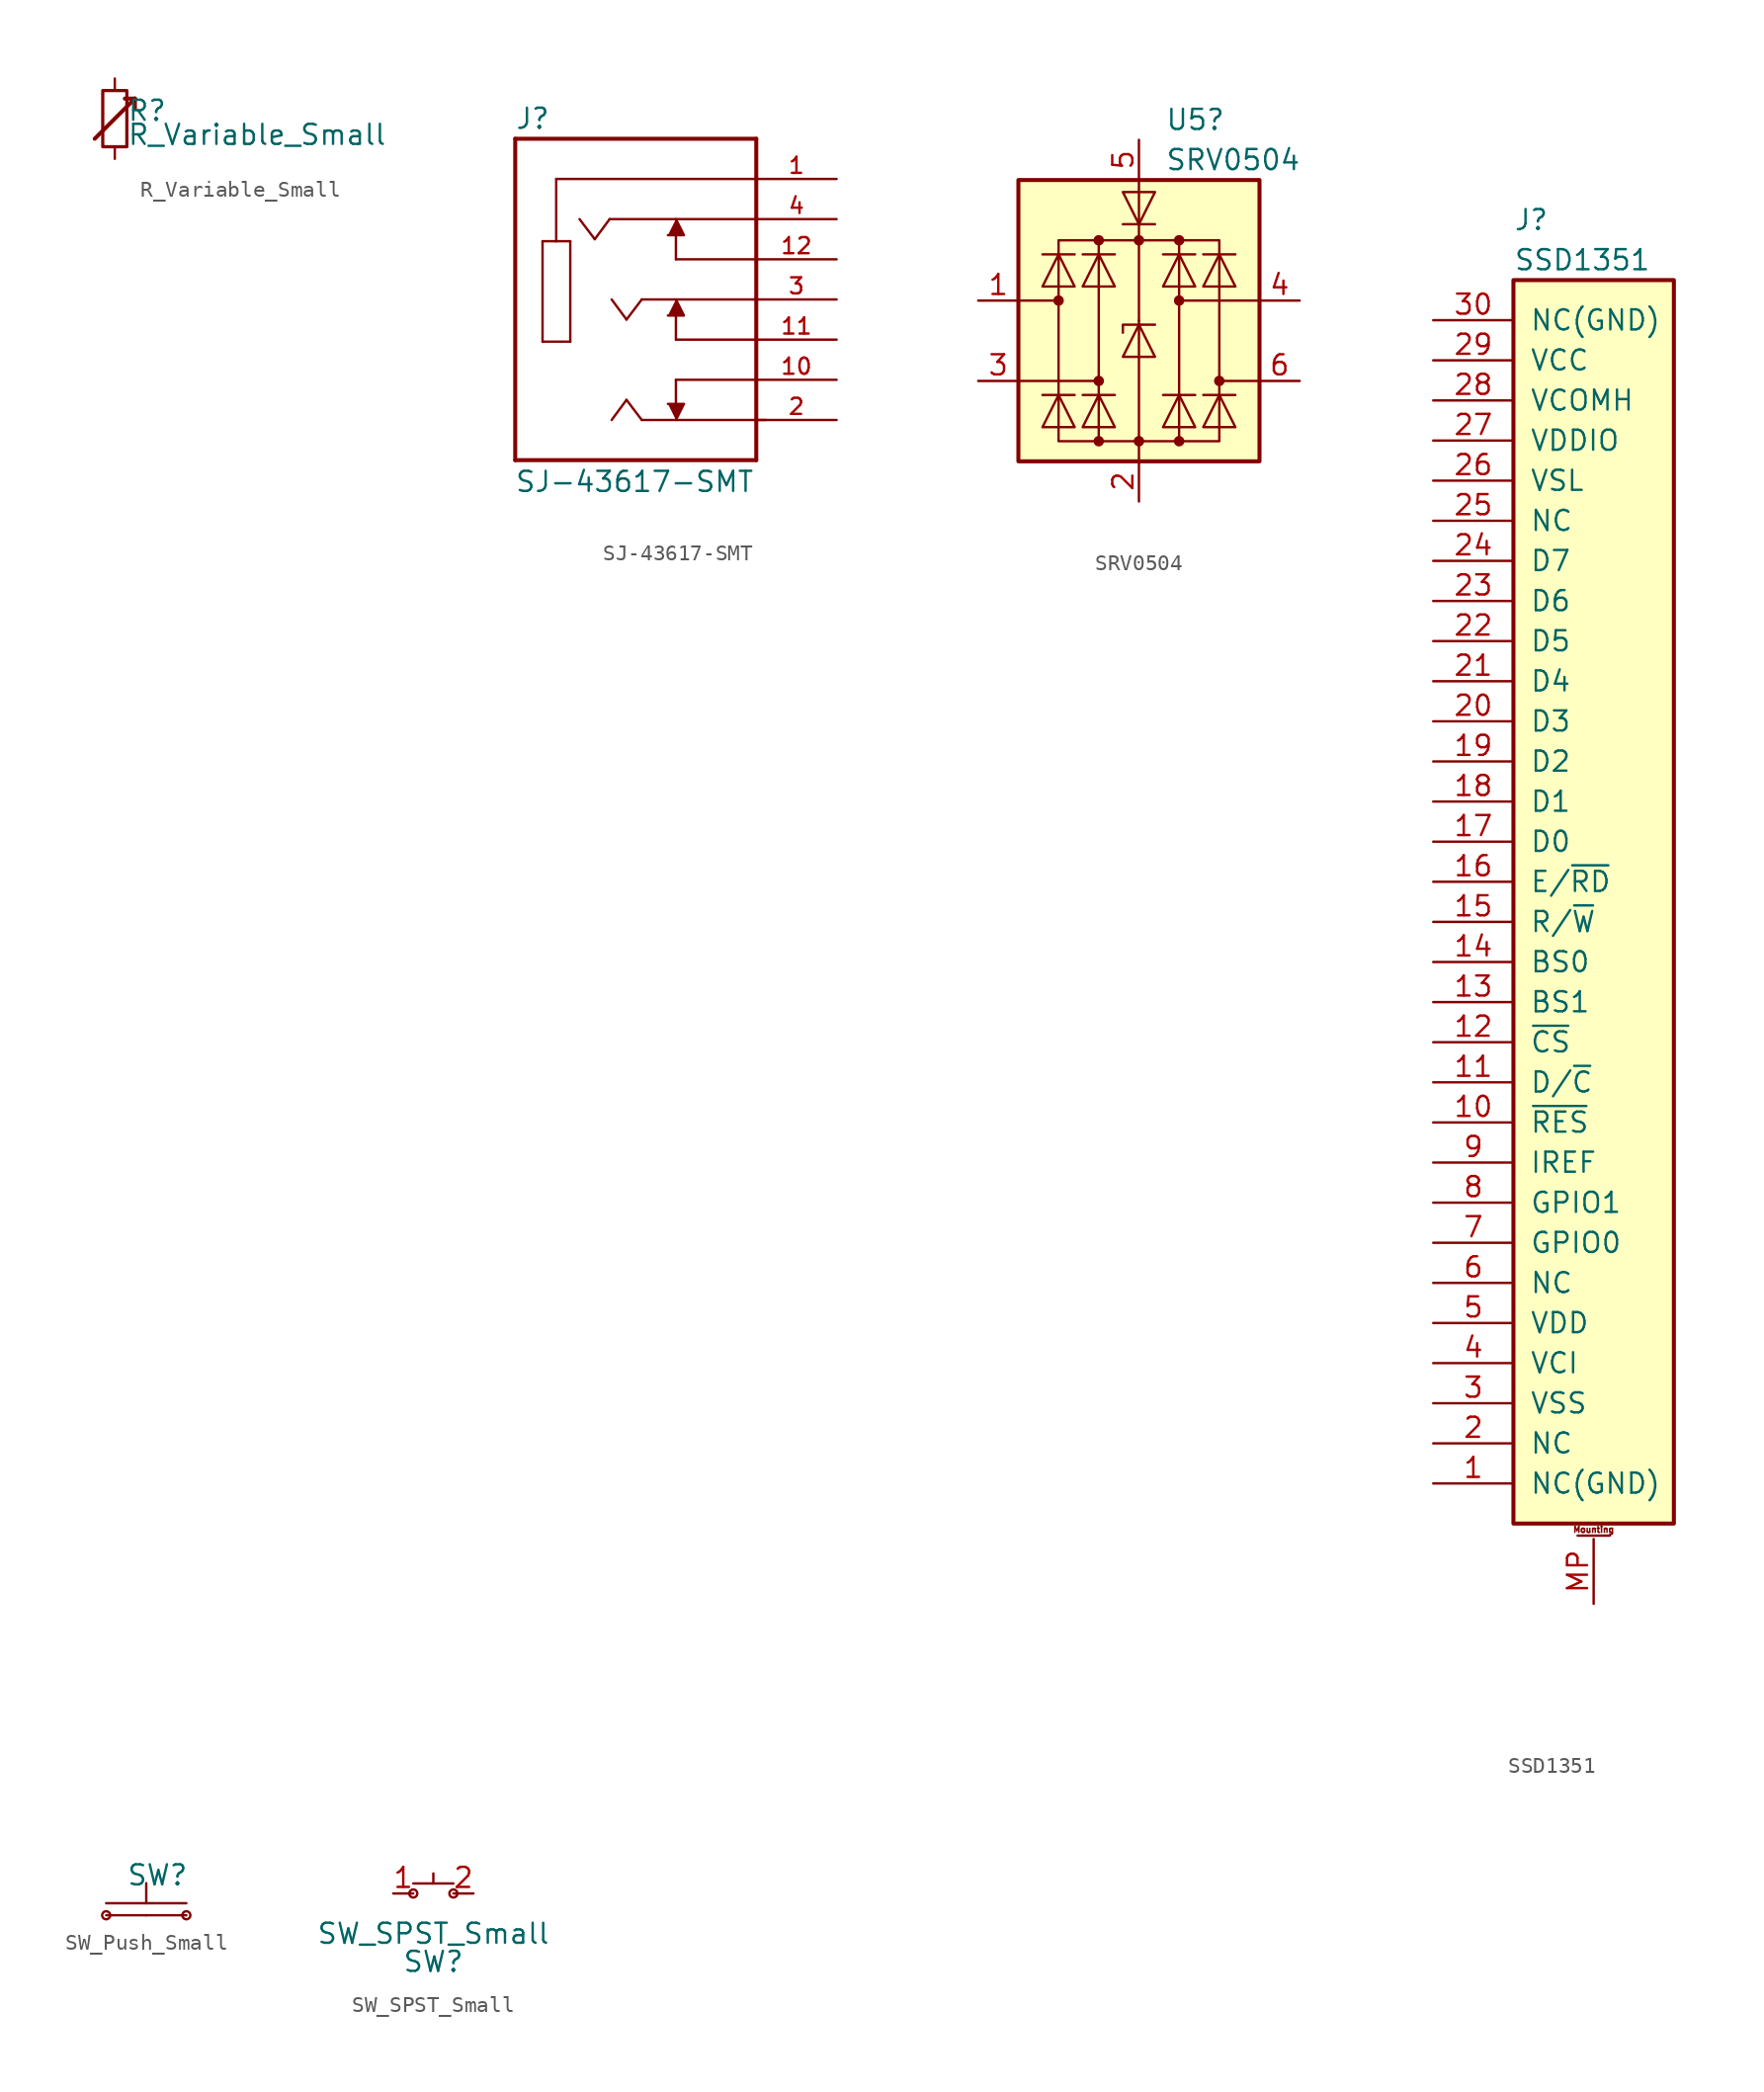
<source format=kicad_sym>
(kicad_symbol_lib
  (version 20220914)
  (generator kicad_symbol_editor)
  (symbol "R_Variable_Small"
    (pin_numbers hide)
    (pin_names
      (offset 0.254) hide)
    (property "Reference" "R"
      (at 0.762 0.508 0)
      (effects (font (size 1.27 1.27)) (justify left)))
    (property "Value" "R_Variable_Small"
      (at 0.762 -1.016 0)
      (effects (font (size 1.27 1.27)) (justify left)))
    (symbol "R_Variable_Small_0_1"
      (rectangle (start -0.762 1.778) (end 0.762 -1.778) (stroke (width 0.203) (type default)) (fill (type none)))
      (polyline (pts (xy 1.27 1.27) (xy 0.635 1.27)) (stroke (width 0.254) (type default)) (fill (type none)))
      (polyline (pts (xy 1.27 1.27) (xy 1.27 0.635)) (stroke (width 0.254) (type default)) (fill (type none)))
      (polyline (pts (xy 1.27 1.27) (xy -1.27 -1.27) (xy 1.27 1.27)) (stroke (width 0.254) (type default)) (fill (type none))))
    (symbol "R_Variable_Small_1_1"
      (pin passive line (at 0 2.54 270) (length 0.762) (name "~" (effects (font (size 1.27 1.27)))) (number "1" (effects (font (size 1.27 1.27)))))
      (pin passive line (at 0 -2.54 90) (length 0.762) (name "~" (effects (font (size 1.27 1.27)))) (number "2" (effects (font (size 1.27 1.27)))))))
  (symbol "SJ-43617-SMT"
    (pin_names
      (offset 1.016) hide)
    (property "Reference" "J"
      (at -7.645 10.693 0)
      (effects (font (size 1.27 1.27)) (justify left bottom)))
    (property "Value" "SJ-43617-SMT"
      (at -7.671 -12.268 0)
      (effects (font (size 1.27 1.27)) (justify left bottom)))
    (property "ki_locked" ""
      (at 0 0 0)
      (effects (font (size 1.27 1.27))))
    (symbol "SJ-43617-SMT_0_0"
      (polyline (pts (xy -7.62 -10.16) (xy 7.62 -10.16)) (stroke (width 0.254) (type default)) (fill (type none)))
      (polyline (pts (xy -7.62 10.16) (xy -7.62 -10.16)) (stroke (width 0.254) (type default)) (fill (type none)))
      (polyline (pts (xy -5.893 -2.667) (xy -5.893 3.683)) (stroke (width 0.152) (type default)) (fill (type none)))
      (polyline (pts (xy -5.893 3.683) (xy -5.029 3.683)) (stroke (width 0.152) (type default)) (fill (type none)))
      (polyline (pts (xy -5.029 3.683) (xy -4.14 3.683)) (stroke (width 0.152) (type default)) (fill (type none)))
      (polyline (pts (xy -5.029 7.62) (xy -5.029 3.683)) (stroke (width 0.152) (type default)) (fill (type none)))
      (polyline (pts (xy -4.14 -2.667) (xy -5.893 -2.667)) (stroke (width 0.152) (type default)) (fill (type none)))
      (polyline (pts (xy -4.14 3.683) (xy -4.14 -2.667)) (stroke (width 0.152) (type default)) (fill (type none)))
      (polyline (pts (xy -2.591 3.81) (xy -3.556 5.08)) (stroke (width 0.152) (type default)) (fill (type none)))
      (polyline (pts (xy -1.651 5.08) (xy -2.591 3.81)) (stroke (width 0.152) (type default)) (fill (type none)))
      (polyline (pts (xy -0.584 -6.35) (xy -1.524 -7.62)) (stroke (width 0.152) (type default)) (fill (type none)))
      (polyline (pts (xy -0.584 -1.27) (xy -1.524 0)) (stroke (width 0.152) (type default)) (fill (type none)))
      (polyline (pts (xy 0.381 -7.62) (xy -0.584 -6.35)) (stroke (width 0.152) (type default)) (fill (type none)))
      (polyline (pts (xy 0.381 0) (xy -0.584 -1.27)) (stroke (width 0.152) (type default)) (fill (type none)))
      (polyline (pts (xy 2.54 -5.08) (xy 2.54 -6.604)) (stroke (width 0.152) (type default)) (fill (type none)))
      (polyline (pts (xy 2.54 -2.54) (xy 2.54 -1.016)) (stroke (width 0.152) (type default)) (fill (type none)))
      (polyline (pts (xy 2.54 2.54) (xy 2.54 4.064)) (stroke (width 0.152) (type default)) (fill (type none)))
      (polyline (pts (xy 7.62 -10.16) (xy 7.62 0)) (stroke (width 0.254) (type default)) (fill (type none)))
      (polyline (pts (xy 7.62 -5.08) (xy 2.54 -5.08)) (stroke (width 0.152) (type default)) (fill (type none)))
      (polyline (pts (xy 7.62 -2.54) (xy 2.54 -2.54)) (stroke (width 0.152) (type default)) (fill (type none)))
      (polyline (pts (xy 7.62 0) (xy 0.381 0)) (stroke (width 0.152) (type default)) (fill (type none)))
      (polyline (pts (xy 7.62 0) (xy 7.62 5.08)) (stroke (width 0.254) (type default)) (fill (type none)))
      (polyline (pts (xy 7.62 2.54) (xy 2.54 2.54)) (stroke (width 0.152) (type default)) (fill (type none)))
      (polyline (pts (xy 7.62 5.08) (xy -1.651 5.08)) (stroke (width 0.152) (type default)) (fill (type none)))
      (polyline (pts (xy 7.62 5.08) (xy 7.62 7.62)) (stroke (width 0.254) (type default)) (fill (type none)))
      (polyline (pts (xy 7.62 7.62) (xy -5.029 7.62)) (stroke (width 0.152) (type default)) (fill (type none)))
      (polyline (pts (xy 7.62 7.62) (xy 7.62 10.16)) (stroke (width 0.254) (type default)) (fill (type none)))
      (polyline (pts (xy 7.62 10.16) (xy -7.62 10.16)) (stroke (width 0.254) (type default)) (fill (type none)))
      (polyline (pts (xy 8.255 -7.62) (xy 0.381 -7.62)) (stroke (width 0.152) (type default)) (fill (type none)))
      (polyline (pts (xy 2.032 -6.604) (xy 3.048 -6.604) (xy 2.54 -7.62)) (stroke (width 0.152) (type default)) (fill (type outline)))
      (polyline (pts (xy 2.032 -1.016) (xy 3.048 -1.016) (xy 2.54 0)) (stroke (width 0.152) (type default)) (fill (type outline)))
      (polyline (pts (xy 2.032 4.064) (xy 3.048 4.064) (xy 2.54 5.08)) (stroke (width 0.152) (type default)) (fill (type outline)))
      (pin passive line (at 12.7 7.62 180) (length 5.08) (name "1" (effects (font (size 1.016 1.016)))) (number "1" (effects (font (size 1.016 1.016)))))
      (pin passive line (at 12.7 -5.08 180) (length 5.08) (name "10" (effects (font (size 1.016 1.016)))) (number "10" (effects (font (size 1.016 1.016)))))
      (pin passive line (at 12.7 -2.54 180) (length 5.08) (name "11" (effects (font (size 1.016 1.016)))) (number "11" (effects (font (size 1.016 1.016)))))
      (pin passive line (at 12.7 2.54 180) (length 5.08) (name "12" (effects (font (size 1.016 1.016)))) (number "12" (effects (font (size 1.016 1.016)))))
      (pin passive line (at 12.7 -7.62 180) (length 5.08) (name "2" (effects (font (size 1.016 1.016)))) (number "2" (effects (font (size 1.016 1.016)))))
      (pin passive line (at 12.7 0 180) (length 5.08) (name "3" (effects (font (size 1.016 1.016)))) (number "3" (effects (font (size 1.016 1.016)))))
      (pin passive line (at 12.7 5.08 180) (length 5.08) (name "4" (effects (font (size 1.016 1.016)))) (number "4" (effects (font (size 1.016 1.016)))))))
  (symbol "SRV0504"
    (pin_names hide)
    (property "Reference" "U5"
      (at 1.651 13.97 0)
      (effects (font (size 1.27 1.27)) (justify left)))
    (property "Value" "SRV0504"
      (at 1.651 11.43 0)
      (effects (font (size 1.27 1.27)) (justify left)))
    (symbol "SRV0504_0_1"
      (rectangle (start -7.62 -7.62) (end 7.62 10.16) (stroke (width 0.254) (type solid)) (fill (type background)))
      (circle (center -5.08 2.54) (radius 0.254) (stroke (width 0) (type solid)) (fill (type outline)))
      (circle (center -2.54 -6.35) (radius 0.254) (stroke (width 0) (type solid)) (fill (type outline)))
      (circle (center -2.54 -2.54) (radius 0.254) (stroke (width 0) (type solid)) (fill (type outline)))
      (circle (center -2.54 6.35) (radius 0.254) (stroke (width 0) (type solid)) (fill (type outline)))
      (rectangle (start -2.54 6.35) (end 2.54 -6.35) (stroke (width 0) (type solid)) (fill (type none)))
      (circle (center 0 -6.35) (radius 0.254) (stroke (width 0) (type solid)) (fill (type outline)))
      (polyline (pts (xy -5.08 2.54) (xy -7.62 2.54)) (stroke (width 0) (type solid)) (fill (type none)))
      (polyline (pts (xy -4.064 -3.429) (xy -6.096 -3.429)) (stroke (width 0) (type solid)) (fill (type none)))
      (polyline (pts (xy -4.064 5.461) (xy -6.096 5.461)) (stroke (width 0) (type solid)) (fill (type none)))
      (polyline (pts (xy -2.54 -2.54) (xy -7.62 -2.54)) (stroke (width 0) (type solid)) (fill (type none)))
      (polyline (pts (xy -1.524 -3.429) (xy -3.556 -3.429)) (stroke (width 0) (type solid)) (fill (type none)))
      (polyline (pts (xy -1.524 5.461) (xy -3.556 5.461)) (stroke (width 0) (type solid)) (fill (type none)))
      (polyline (pts (xy -1.016 7.366) (xy 1.016 7.366)) (stroke (width 0) (type solid)) (fill (type none)))
      (polyline (pts (xy 0 -7.62) (xy 0 -6.35)) (stroke (width 0) (type solid)) (fill (type none)))
      (polyline (pts (xy 0 -6.35) (xy 0 1.27)) (stroke (width 0) (type solid)) (fill (type none)))
      (polyline (pts (xy 0 1.27) (xy 0 6.35)) (stroke (width 0) (type solid)) (fill (type none)))
      (polyline (pts (xy 0 6.35) (xy 0 10.16)) (stroke (width 0) (type solid)) (fill (type none)))
      (polyline (pts (xy 1.524 -3.429) (xy 3.556 -3.429)) (stroke (width 0) (type solid)) (fill (type none)))
      (polyline (pts (xy 1.524 5.461) (xy 3.556 5.461)) (stroke (width 0) (type solid)) (fill (type none)))
      (polyline (pts (xy 2.54 2.54) (xy 7.62 2.54)) (stroke (width 0) (type solid)) (fill (type none)))
      (polyline (pts (xy 4.064 -3.429) (xy 6.096 -3.429)) (stroke (width 0) (type solid)) (fill (type none)))
      (polyline (pts (xy 4.064 5.461) (xy 6.096 5.461)) (stroke (width 0) (type solid)) (fill (type none)))
      (polyline (pts (xy 5.08 -2.54) (xy 7.62 -2.54)) (stroke (width 0) (type solid)) (fill (type none)))
      (polyline (pts (xy -6.096 -5.461) (xy -4.064 -5.461) (xy -5.08 -3.429) (xy -6.096 -5.461)) (stroke (width 0) (type solid)) (fill (type none)))
      (polyline (pts (xy -6.096 3.429) (xy -4.064 3.429) (xy -5.08 5.461) (xy -6.096 3.429)) (stroke (width 0) (type solid)) (fill (type none)))
      (polyline (pts (xy -3.556 -5.461) (xy -1.524 -5.461) (xy -2.54 -3.429) (xy -3.556 -5.461)) (stroke (width 0) (type solid)) (fill (type none)))
      (polyline (pts (xy -3.556 3.429) (xy -1.524 3.429) (xy -2.54 5.461) (xy -3.556 3.429)) (stroke (width 0) (type solid)) (fill (type none)))
      (polyline (pts (xy -2.54 6.35) (xy -5.08 6.35) (xy -5.08 -6.35) (xy -2.54 -6.35)) (stroke (width 0) (type solid)) (fill (type none)))
      (polyline (pts (xy -1.016 -1.016) (xy 1.016 -1.016) (xy 0 1.016) (xy -1.016 -1.016)) (stroke (width 0) (type solid)) (fill (type none)))
      (polyline (pts (xy 1.016 1.016) (xy 0.762 1.016) (xy -1.016 1.016) (xy -1.016 0.508)) (stroke (width 0) (type solid)) (fill (type none)))
      (polyline (pts (xy 1.016 9.398) (xy -1.016 9.398) (xy 0 7.366) (xy 1.016 9.398)) (stroke (width 0) (type solid)) (fill (type none)))
      (polyline (pts (xy 2.54 6.35) (xy 5.08 6.35) (xy 5.08 -6.35) (xy 2.54 -6.35)) (stroke (width 0) (type solid)) (fill (type none)))
      (polyline (pts (xy 3.556 -5.461) (xy 1.524 -5.461) (xy 2.54 -3.429) (xy 3.556 -5.461)) (stroke (width 0) (type solid)) (fill (type none)))
      (polyline (pts (xy 3.556 3.429) (xy 1.524 3.429) (xy 2.54 5.461) (xy 3.556 3.429)) (stroke (width 0) (type solid)) (fill (type none)))
      (polyline (pts (xy 6.096 -5.461) (xy 4.064 -5.461) (xy 5.08 -3.429) (xy 6.096 -5.461)) (stroke (width 0) (type solid)) (fill (type none)))
      (polyline (pts (xy 6.096 3.429) (xy 4.064 3.429) (xy 5.08 5.461) (xy 6.096 3.429)) (stroke (width 0) (type solid)) (fill (type none)))
      (circle (center 0 6.35) (radius 0.254) (stroke (width 0) (type solid)) (fill (type outline)))
      (circle (center 2.54 -6.35) (radius 0.254) (stroke (width 0) (type solid)) (fill (type outline)))
      (circle (center 2.54 2.54) (radius 0.254) (stroke (width 0) (type solid)) (fill (type outline)))
      (circle (center 2.54 6.35) (radius 0.254) (stroke (width 0) (type solid)) (fill (type outline)))
      (circle (center 5.08 -2.54) (radius 0.254) (stroke (width 0) (type solid)) (fill (type outline))))
    (symbol "SRV0504_1_1"
      (pin passive line (at -10.16 2.54 0) (length 2.54) (name "I/O1" (effects (font (size 1.27 1.27)))) (number "1" (effects (font (size 1.27 1.27)))))
      (pin passive line (at 0 -10.16 90) (length 2.54) (name "GND" (effects (font (size 1.27 1.27)))) (number "2" (effects (font (size 1.27 1.27)))))
      (pin passive line (at -10.16 -2.54 0) (length 2.54) (name "I/O2" (effects (font (size 1.27 1.27)))) (number "3" (effects (font (size 1.27 1.27)))))
      (pin passive line (at 10.16 2.54 180) (length 2.54) (name "I/O3" (effects (font (size 1.27 1.27)))) (number "4" (effects (font (size 1.27 1.27)))))
      (pin passive line (at 0 12.7 270) (length 2.54) (name "VBUS" (effects (font (size 1.27 1.27)))) (number "5" (effects (font (size 1.27 1.27)))))
      (pin passive line (at 10.16 -2.54 180) (length 2.54) (name "I/O4" (effects (font (size 1.27 1.27)))) (number "6" (effects (font (size 1.27 1.27)))))))
  (symbol "SSD1351"
    (pin_names
      (offset 1.016))
    (property "Reference" "J"
      (at -5.08 41.91 0)
      (effects (font (size 1.27 1.27)) (justify left)))
    (property "Value" "SSD1351"
      (at -5.08 39.37 0)
      (effects (font (size 1.27 1.27)) (justify left)))
    (symbol "SSD1351_1_1"
      (rectangle (start -5.08 38.1) (end 5.08 -40.64) (stroke (width 0.254) (type default)) (fill (type background)))
      (polyline (pts (xy -1.016 -41.402) (xy 1.016 -41.402)) (stroke (width 0.152) (type default)) (fill (type none)))
      (text "Mounting" (at 0 -41.021 0) (effects (font (size 0.381 0.381))))
      (pin passive line (at -10.16 -38.1 0) (length 5.08) (name "NC(GND)" (effects (font (size 1.27 1.27)))) (number "1" (effects (font (size 1.27 1.27)))))
      (pin passive line (at -10.16 -15.24 0) (length 5.08) (name "~{RES}" (effects (font (size 1.27 1.27)))) (number "10" (effects (font (size 1.27 1.27)))))
      (pin passive line (at -10.16 -12.7 0) (length 5.08) (name "D/~{C}" (effects (font (size 1.27 1.27)))) (number "11" (effects (font (size 1.27 1.27)))))
      (pin passive line (at -10.16 -10.16 0) (length 5.08) (name "~{CS}" (effects (font (size 1.27 1.27)))) (number "12" (effects (font (size 1.27 1.27)))))
      (pin passive line (at -10.16 -7.62 0) (length 5.08) (name "BS1" (effects (font (size 1.27 1.27)))) (number "13" (effects (font (size 1.27 1.27)))))
      (pin passive line (at -10.16 -5.08 0) (length 5.08) (name "BS0" (effects (font (size 1.27 1.27)))) (number "14" (effects (font (size 1.27 1.27)))))
      (pin passive line (at -10.16 -2.54 0) (length 5.08) (name "R/~{W}" (effects (font (size 1.27 1.27)))) (number "15" (effects (font (size 1.27 1.27)))))
      (pin passive line (at -10.16 0 0) (length 5.08) (name "E/~{RD}" (effects (font (size 1.27 1.27)))) (number "16" (effects (font (size 1.27 1.27)))))
      (pin passive line (at -10.16 2.54 0) (length 5.08) (name "D0" (effects (font (size 1.27 1.27)))) (number "17" (effects (font (size 1.27 1.27)))))
      (pin passive line (at -10.16 5.08 0) (length 5.08) (name "D1" (effects (font (size 1.27 1.27)))) (number "18" (effects (font (size 1.27 1.27)))))
      (pin passive line (at -10.16 7.62 0) (length 5.08) (name "D2" (effects (font (size 1.27 1.27)))) (number "19" (effects (font (size 1.27 1.27)))))
      (pin passive line (at -10.16 -35.56 0) (length 5.08) (name "NC" (effects (font (size 1.27 1.27)))) (number "2" (effects (font (size 1.27 1.27)))))
      (pin passive line (at -10.16 10.16 0) (length 5.08) (name "D3" (effects (font (size 1.27 1.27)))) (number "20" (effects (font (size 1.27 1.27)))))
      (pin passive line (at -10.16 12.7 0) (length 5.08) (name "D4" (effects (font (size 1.27 1.27)))) (number "21" (effects (font (size 1.27 1.27)))))
      (pin passive line (at -10.16 15.24 0) (length 5.08) (name "D5" (effects (font (size 1.27 1.27)))) (number "22" (effects (font (size 1.27 1.27)))))
      (pin passive line (at -10.16 17.78 0) (length 5.08) (name "D6" (effects (font (size 1.27 1.27)))) (number "23" (effects (font (size 1.27 1.27)))))
      (pin passive line (at -10.16 20.32 0) (length 5.08) (name "D7" (effects (font (size 1.27 1.27)))) (number "24" (effects (font (size 1.27 1.27)))))
      (pin passive line (at -10.16 22.86 0) (length 5.08) (name "NC" (effects (font (size 1.27 1.27)))) (number "25" (effects (font (size 1.27 1.27)))))
      (pin passive line (at -10.16 25.4 0) (length 5.08) (name "VSL" (effects (font (size 1.27 1.27)))) (number "26" (effects (font (size 1.27 1.27)))))
      (pin passive line (at -10.16 27.94 0) (length 5.08) (name "VDDIO" (effects (font (size 1.27 1.27)))) (number "27" (effects (font (size 1.27 1.27)))))
      (pin passive line (at -10.16 30.48 0) (length 5.08) (name "VCOMH" (effects (font (size 1.27 1.27)))) (number "28" (effects (font (size 1.27 1.27)))))
      (pin passive line (at -10.16 33.02 0) (length 5.08) (name "VCC" (effects (font (size 1.27 1.27)))) (number "29" (effects (font (size 1.27 1.27)))))
      (pin passive line (at -10.16 -33.02 0) (length 5.08) (name "VSS" (effects (font (size 1.27 1.27)))) (number "3" (effects (font (size 1.27 1.27)))))
      (pin passive line (at -10.16 35.56 0) (length 5.08) (name "NC(GND)" (effects (font (size 1.27 1.27)))) (number "30" (effects (font (size 1.27 1.27)))))
      (pin passive line (at -10.16 -30.48 0) (length 5.08) (name "VCI" (effects (font (size 1.27 1.27)))) (number "4" (effects (font (size 1.27 1.27)))))
      (pin passive line (at -10.16 -27.94 0) (length 5.08) (name "VDD" (effects (font (size 1.27 1.27)))) (number "5" (effects (font (size 1.27 1.27)))))
      (pin passive line (at -10.16 -25.4 0) (length 5.08) (name "NC" (effects (font (size 1.27 1.27)))) (number "6" (effects (font (size 1.27 1.27)))))
      (pin passive line (at -10.16 -22.86 0) (length 5.08) (name "GPIO0" (effects (font (size 1.27 1.27)))) (number "7" (effects (font (size 1.27 1.27)))))
      (pin passive line (at -10.16 -20.32 0) (length 5.08) (name "GPIO1" (effects (font (size 1.27 1.27)))) (number "8" (effects (font (size 1.27 1.27)))))
      (pin passive line (at -10.16 -17.78 0) (length 5.08) (name "IREF" (effects (font (size 1.27 1.27)))) (number "9" (effects (font (size 1.27 1.27)))))
      (pin passive line (at 0 -45.72 90) (length 4.1) (name "" (effects (font (size 1.27 1.27)))) (number "MP" (effects (font (size 1.27 1.27)))))))
  (symbol "SW_Push_Small"
    (pin_numbers hide)
    (pin_names
      (offset 1.016) hide)
    (property "Reference" "SW"
      (at -1.27 2.54 0)
      (effects (font (size 1.27 1.27)) (justify left)))
    (symbol "SW_Push_Small_0_1"
      (circle (center -2.54 0) (radius 0.254) (stroke (width 0) (type default)) (fill (type none)))
      (polyline (pts (xy -2.54 0.762) (xy 2.54 0.762)) (stroke (width 0) (type default)) (fill (type none)))
      (polyline (pts (xy 0 0.762) (xy 0 2.032)) (stroke (width 0) (type default)) (fill (type none)))
      (circle (center 2.54 0) (radius 0.254) (stroke (width 0) (type default)) (fill (type none)))
      (pin passive line (at 2.54 0 180) (length 2.54) (name "1" (effects (font (size 1.27 1.27)))) (number "1" (effects (font (size 1.27 1.27)))))
      (pin passive line (at -2.54 0 0) (length 2.54) (name "2" (effects (font (size 1.27 1.27)))) (number "2" (effects (font (size 1.27 1.27)))))))
  (symbol "SW_SPST_Small"
    (pin_names
      (offset 0) hide)
    (property "Reference" "SW"
      (at 0 -4.318 0)
      (effects (font (size 1.27 1.27))))
    (property "Value" "SW_SPST_Small"
      (at 0 -2.54 0)
      (effects (font (size 1.27 1.27))))
    (symbol "SW_SPST_Small_0_1"
      (circle (center -1.27 0) (radius 0.254) (stroke (width 0) (type default)) (fill (type none)))
      (polyline (pts (xy -1.27 0.635) (xy 1.27 0.635)) (stroke (width 0) (type default)) (fill (type none)))
      (polyline (pts (xy 0 0.635) (xy 0 1.27)) (stroke (width 0) (type default)) (fill (type none)))
      (circle (center 1.27 0) (radius 0.254) (stroke (width 0) (type default)) (fill (type none))))
    (symbol "SW_SPST_Small_1_1"
      (pin passive line (at -2.54 0 0) (length 1.27) (name "A" (effects (font (size 1.27 1.27)))) (number "1" (effects (font (size 1.27 1.27)))))
      (pin passive line (at 2.54 0 180) (length 1.27) (name "B" (effects (font (size 1.27 1.27)))) (number "2" (effects (font (size 1.27 1.27))))))))
</source>
